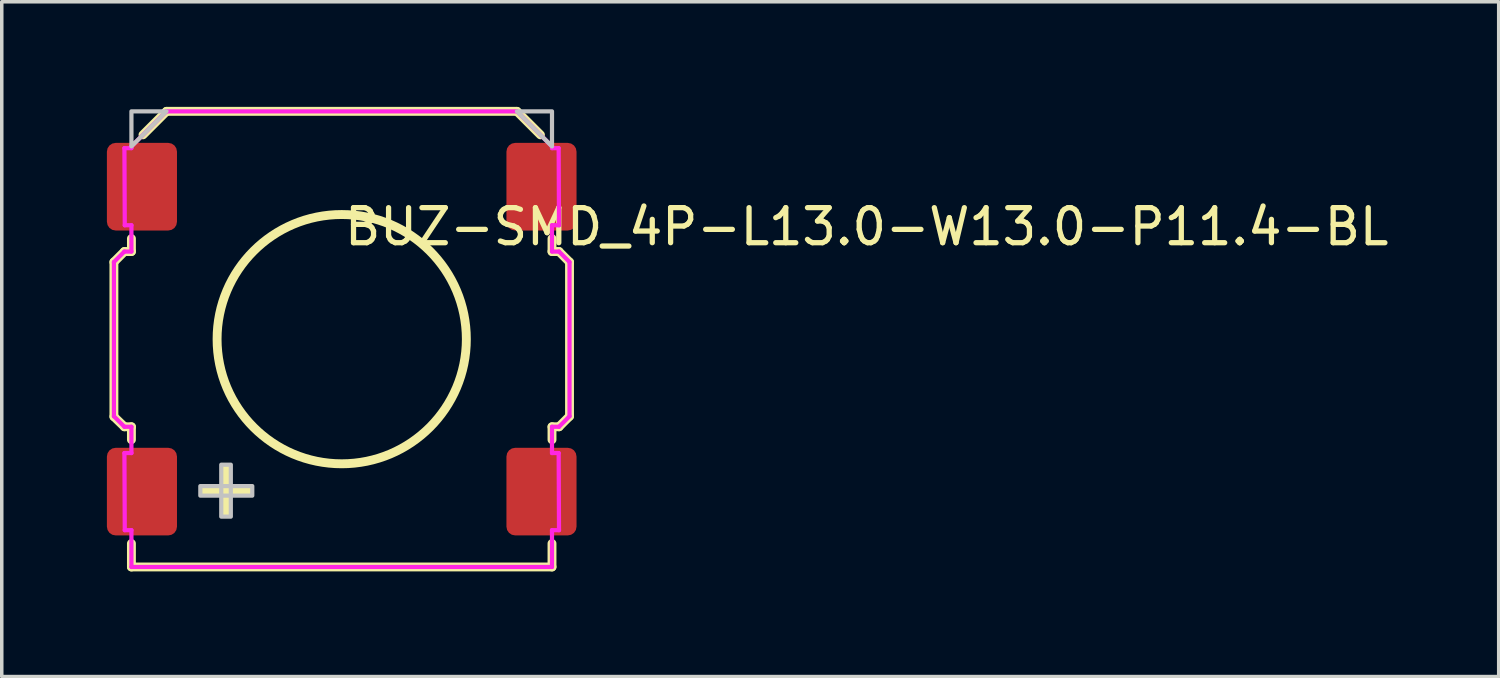
<source format=kicad_pcb>
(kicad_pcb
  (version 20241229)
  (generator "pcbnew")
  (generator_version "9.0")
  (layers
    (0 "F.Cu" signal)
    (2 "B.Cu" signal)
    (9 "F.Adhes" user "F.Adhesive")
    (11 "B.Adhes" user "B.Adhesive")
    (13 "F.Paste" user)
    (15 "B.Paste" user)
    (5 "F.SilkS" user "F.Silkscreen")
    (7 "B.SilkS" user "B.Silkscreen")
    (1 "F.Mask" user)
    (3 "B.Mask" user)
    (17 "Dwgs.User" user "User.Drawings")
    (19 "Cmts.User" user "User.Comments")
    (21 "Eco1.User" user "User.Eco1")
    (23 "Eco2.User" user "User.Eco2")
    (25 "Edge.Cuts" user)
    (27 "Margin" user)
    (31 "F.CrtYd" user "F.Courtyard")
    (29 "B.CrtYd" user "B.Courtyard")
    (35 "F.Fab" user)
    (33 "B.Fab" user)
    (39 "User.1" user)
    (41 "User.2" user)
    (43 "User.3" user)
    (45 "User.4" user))
  (footprint "BUZ-SMD_4P-L13.0-W13.0-P11.4-BL"
    (layer "F.Cu")
    (at 6.7 6.627)
    (property "Reference" "BUZ-SMD_4P-L13.0-W13.0-P11.4-BL" (at 0 -3.207 0) (layer "F.SilkS") (effects (font (size 1 1) (thickness 0.15)) (justify left)))
    (attr through_hole)
    (fp_line (start -6.5 -2.2) (end -6.2 -2.5) (stroke (width 0.254) (type solid)) (layer "F.SilkS"))
    (fp_line (start -6.5 2.21) (end -6.5 -2.2) (stroke (width 0.254) (type solid)) (layer "F.SilkS"))
    (fp_line (start -6.2 -2.5) (end -6 -2.5) (stroke (width 0.254) (type solid)) (layer "F.SilkS"))
    (fp_line (start -6.2 2.5) (end -6.5 2.21) (stroke (width 0.254) (type solid)) (layer "F.SilkS"))
    (fp_line (start -6 -2.5) (end -6 -2.869) (stroke (width 0.254) (type solid)) (layer "F.SilkS"))
    (fp_line (start -6 2.5) (end -6.2 2.5) (stroke (width 0.254) (type solid)) (layer "F.SilkS"))
    (fp_line (start -6 2.869) (end -6 2.5) (stroke (width 0.254) (type solid)) (layer "F.SilkS"))
    (fp_line (start -6 6.5) (end -6 5.831) (stroke (width 0.254) (type solid)) (layer "F.SilkS"))
    (fp_line (start -5 -6.5) (end -5.67 -5.83) (stroke (width 0.254) (type solid)) (layer "F.SilkS"))
    (fp_line (start -5 -6.5) (end 5 -6.5) (stroke (width 0.254) (type solid)) (layer "F.SilkS"))
    (fp_line (start -3.937 4.318) (end -2.667 4.318) (stroke (width 0.254) (type solid)) (layer "F.SilkS"))
    (fp_line (start -3.302 3.683) (end -3.302 4.953) (stroke (width 0.254) (type solid)) (layer "F.SilkS"))
    (fp_line (start 5 -6.5) (end 5.67 -5.83) (stroke (width 0.254) (type solid)) (layer "F.SilkS"))
    (fp_line (start 6 -2.869) (end 6 -2.5) (stroke (width 0.254) (type solid)) (layer "F.SilkS"))
    (fp_line (start 6 -2.5) (end 6.2 -2.5) (stroke (width 0.254) (type solid)) (layer "F.SilkS"))
    (fp_line (start 6 2.5) (end 6 2.869) (stroke (width 0.254) (type solid)) (layer "F.SilkS"))
    (fp_line (start 6 5.831) (end 6 6.5) (stroke (width 0.254) (type solid)) (layer "F.SilkS"))
    (fp_line (start 6 6.5) (end -6 6.5) (stroke (width 0.254) (type solid)) (layer "F.SilkS"))
    (fp_line (start 6.2 -2.5) (end 6.5 -2.2) (stroke (width 0.254) (type solid)) (layer "F.SilkS"))
    (fp_line (start 6.2 2.5) (end 6 2.5) (stroke (width 0.254) (type solid)) (layer "F.SilkS"))
    (fp_line (start 6.5 -2.2) (end 6.5 2.2) (stroke (width 0.254) (type solid)) (layer "F.SilkS"))
    (fp_line (start 6.5 2.2) (end 6.2 2.5) (stroke (width 0.254) (type solid)) (layer "F.SilkS"))
    (fp_circle (center 0 0) (end 3.556 0) (stroke (width 0.254) (type solid)) (fill no) (layer "F.SilkS"))
    (fp_poly (pts (xy -5 -6.5) (xy -6 -6.5) (xy -6 -5.5)) (stroke (width 0.12) (type solid)) (fill no) (layer "Dwgs.User"))
    (fp_poly (pts (xy 5 -6.5) (xy 6 -6.5) (xy 6 -5.5)) (stroke (width 0.12) (type solid)) (fill no) (layer "Dwgs.User"))
    (fp_poly (pts (xy -4.034 4.192) (xy -2.552 4.192) (xy -2.552 4.465) (xy -4.034 4.465) (xy -4.034 4.441)) (stroke (width 0.12) (type solid)) (fill no) (layer "Dwgs.User"))
    (fp_poly (pts (xy -3.437 5.064) (xy -3.437 3.582) (xy -3.164 3.582) (xy -3.164 5.064) (xy -3.188 5.064)) (stroke (width 0.12) (type solid)) (fill no) (layer "Dwgs.User"))
    (fp_line (start -6.5 -2.2) (end -6.2 -2.5) (stroke (width 0.12) (type solid)) (layer "F.CrtYd"))
    (fp_line (start -6.5 2.2) (end -6.5 -2.2) (stroke (width 0.12) (type solid)) (layer "F.CrtYd"))
    (fp_line (start -6.2 -5.45) (end -6 -5.45) (stroke (width 0.12) (type solid)) (layer "F.CrtYd"))
    (fp_line (start -6.2 -2.5) (end -6 -2.5) (stroke (width 0.12) (type solid)) (layer "F.CrtYd"))
    (fp_line (start -6.2 2.5) (end -6.5 2.2) (stroke (width 0.12) (type solid)) (layer "F.CrtYd"))
    (fp_line (start -6.2 3.25) (end -6 3.25) (stroke (width 0.12) (type solid)) (layer "F.CrtYd"))
    (fp_line (start -6.19 -3.25) (end -6.2 -5.45) (stroke (width 0.12) (type solid)) (layer "F.CrtYd"))
    (fp_line (start -6.19 5.45) (end -6.2 3.25) (stroke (width 0.12) (type solid)) (layer "F.CrtYd"))
    (fp_line (start -6 -5.5) (end -5 -6.5) (stroke (width 0.12) (type solid)) (layer "F.CrtYd"))
    (fp_line (start -6 -5.45) (end -6 -5.5) (stroke (width 0.12) (type solid)) (layer "F.CrtYd"))
    (fp_line (start -6 -3.25) (end -6.19 -3.25) (stroke (width 0.12) (type solid)) (layer "F.CrtYd"))
    (fp_line (start -6 -2.5) (end -6 -3.25) (stroke (width 0.12) (type solid)) (layer "F.CrtYd"))
    (fp_line (start -6 2.5) (end -6.2 2.5) (stroke (width 0.12) (type solid)) (layer "F.CrtYd"))
    (fp_line (start -6 3.25) (end -6 2.5) (stroke (width 0.12) (type solid)) (layer "F.CrtYd"))
    (fp_line (start -6 5.45) (end -6.19 5.45) (stroke (width 0.12) (type solid)) (layer "F.CrtYd"))
    (fp_line (start -6 6.5) (end -6 5.45) (stroke (width 0.12) (type solid)) (layer "F.CrtYd"))
    (fp_line (start -5 -6.5) (end -5 -6.5) (stroke (width 0.12) (type solid)) (layer "F.CrtYd"))
    (fp_line (start -5 -6.5) (end 5 -6.5) (stroke (width 0.12) (type solid)) (layer "F.CrtYd"))
    (fp_line (start 5 -6.5) (end 6 -5.5) (stroke (width 0.12) (type solid)) (layer "F.CrtYd"))
    (fp_line (start 6 -5.5) (end 6 -5.45) (stroke (width 0.12) (type solid)) (layer "F.CrtYd"))
    (fp_line (start 6 -5.45) (end 6.19 -5.45) (stroke (width 0.12) (type solid)) (layer "F.CrtYd"))
    (fp_line (start 6 -3.25) (end 6 -2.5) (stroke (width 0.12) (type solid)) (layer "F.CrtYd"))
    (fp_line (start 6 -2.5) (end 6.2 -2.5) (stroke (width 0.12) (type solid)) (layer "F.CrtYd"))
    (fp_line (start 6 2.5) (end 6 3.25) (stroke (width 0.12) (type solid)) (layer "F.CrtYd"))
    (fp_line (start 6 3.25) (end 6.19 3.25) (stroke (width 0.12) (type solid)) (layer "F.CrtYd"))
    (fp_line (start 6 5.45) (end 6 6.5) (stroke (width 0.12) (type solid)) (layer "F.CrtYd"))
    (fp_line (start 6 6.5) (end -6 6.5) (stroke (width 0.12) (type solid)) (layer "F.CrtYd"))
    (fp_line (start 6.19 -5.45) (end 6.2 -3.25) (stroke (width 0.12) (type solid)) (layer "F.CrtYd"))
    (fp_line (start 6.19 3.25) (end 6.2 5.45) (stroke (width 0.12) (type solid)) (layer "F.CrtYd"))
    (fp_line (start 6.2 -3.25) (end 6 -3.25) (stroke (width 0.12) (type solid)) (layer "F.CrtYd"))
    (fp_line (start 6.2 -2.5) (end 6.5 -2.2) (stroke (width 0.12) (type solid)) (layer "F.CrtYd"))
    (fp_line (start 6.2 2.5) (end 6 2.5) (stroke (width 0.12) (type solid)) (layer "F.CrtYd"))
    (fp_line (start 6.2 5.45) (end 6 5.45) (stroke (width 0.12) (type solid)) (layer "F.CrtYd"))
    (fp_line (start 6.5 -2.2) (end 6.5 2.2) (stroke (width 0.12) (type solid)) (layer "F.CrtYd"))
    (fp_line (start 6.5 2.2) (end 6.2 2.5) (stroke (width 0.12) (type solid)) (layer "F.CrtYd"))
    (pad "1" smd roundrect (at -5.7 4.35) (size 2 2.5) (layers "F.Cu" "F.Mask" "F.Paste") (roundrect_rratio 0.125))
    (pad "2" smd roundrect (at 5.7 4.35) (size 2 2.5) (layers "F.Cu" "F.Mask" "F.Paste") (roundrect_rratio 0.125))
    (pad "3" smd roundrect (at 5.7 -4.35) (size 2 2.5) (layers "F.Cu" "F.Mask" "F.Paste") (roundrect_rratio 0.125))
    (pad "4" smd roundrect (at -5.7 -4.35) (size 2 2.5) (layers "F.Cu" "F.Mask" "F.Paste") (roundrect_rratio 0.125)))
  (gr_rect
    (start -3 -3)
    (end 39.712 16.254)
    (stroke (width 0.1) (type default))
    (fill no)
    (layer "Edge.Cuts")))
</source>
